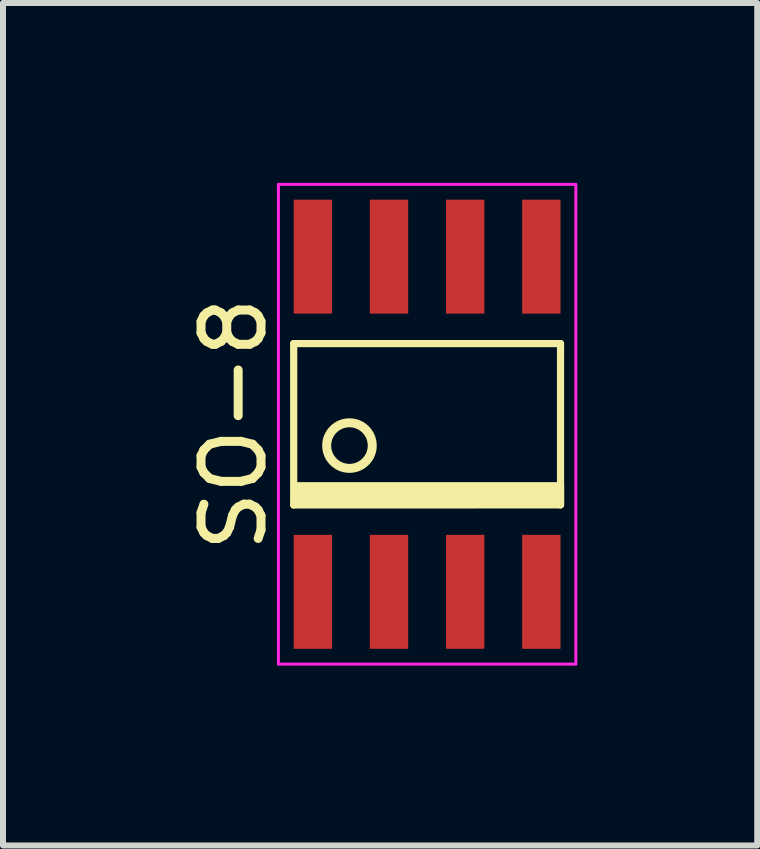
<source format=kicad_pcb>
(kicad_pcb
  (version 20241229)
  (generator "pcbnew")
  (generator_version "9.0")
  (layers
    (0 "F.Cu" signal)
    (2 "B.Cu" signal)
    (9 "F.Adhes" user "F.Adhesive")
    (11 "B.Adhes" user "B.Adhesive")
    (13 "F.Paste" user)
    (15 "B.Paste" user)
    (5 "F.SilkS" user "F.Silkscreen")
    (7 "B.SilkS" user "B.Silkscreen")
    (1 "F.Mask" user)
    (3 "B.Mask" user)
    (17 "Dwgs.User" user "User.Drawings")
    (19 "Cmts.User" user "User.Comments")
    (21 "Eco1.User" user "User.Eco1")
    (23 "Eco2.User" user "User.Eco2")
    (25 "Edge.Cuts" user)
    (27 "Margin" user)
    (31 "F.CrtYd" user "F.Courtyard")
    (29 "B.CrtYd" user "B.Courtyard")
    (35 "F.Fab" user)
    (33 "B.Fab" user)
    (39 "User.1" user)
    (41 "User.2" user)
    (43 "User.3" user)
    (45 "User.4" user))
  (footprint "SO-8"
    (layer "F.Cu")
    (at 4.073 4.025)
    (property "Reference" "SO-8" (at -3.225 0 90) (layer "F.SilkS") (effects (font (size 1 1) (thickness 0.15))))
    (attr smd)
    (fp_line (start -2.225 -1.345) (end 2.225 -1.345) (stroke (width 0.12) (type solid)) (layer "F.SilkS"))
    (fp_line (start -2.225 1.346) (end -2.225 -1.345) (stroke (width 0.12) (type solid)) (layer "F.SilkS"))
    (fp_line (start 2.225 -1.345) (end 2.225 1.345) (stroke (width 0.12) (type solid)) (layer "F.SilkS"))
    (fp_line (start 2.225 1.345) (end -2.225 1.346) (stroke (width 0.12) (type solid)) (layer "F.SilkS"))
    (fp_circle (center -1.295 0.356) (end -0.991 0.584) (stroke (width 0.15) (type solid)) (fill no) (layer "F.SilkS"))
    (fp_poly (pts (xy 2.235 1.321) (xy -2.21 1.321) (xy -2.21 1.016) (xy 2.235 1.016)) (stroke (width 0.1) (type solid)) (fill yes) (layer "F.SilkS"))
    (fp_line (start -2.48 -4) (end 2.48 -4) (stroke (width 0.05) (type solid)) (layer "F.CrtYd"))
    (fp_line (start -2.48 4) (end -2.48 -4) (stroke (width 0.05) (type solid)) (layer "F.CrtYd"))
    (fp_line (start 2.48 -4) (end 2.48 4) (stroke (width 0.05) (type solid)) (layer "F.CrtYd"))
    (fp_line (start 2.48 4) (end -2.48 4) (stroke (width 0.05) (type solid)) (layer "F.CrtYd"))
    (pad "1" smd rect (at -1.905 2.795) (size 0.64 1.9) (layers "F.Cu" "F.Mask" "F.Paste"))
    (pad "2" smd rect (at -0.635 2.795) (size 0.64 1.9) (layers "F.Cu" "F.Mask" "F.Paste"))
    (pad "3" smd rect (at 0.635 2.795) (size 0.64 1.9) (layers "F.Cu" "F.Mask" "F.Paste"))
    (pad "4" smd rect (at 1.905 2.795) (size 0.64 1.9) (layers "F.Cu" "F.Mask" "F.Paste"))
    (pad "5" smd rect (at 1.905 -2.795) (size 0.64 1.9) (layers "F.Cu" "F.Mask" "F.Paste"))
    (pad "6" smd rect (at 0.635 -2.795) (size 0.64 1.9) (layers "F.Cu" "F.Mask" "F.Paste"))
    (pad "7" smd rect (at -0.635 -2.795) (size 0.64 1.9) (layers "F.Cu" "F.Mask" "F.Paste"))
    (pad "8" smd rect (at -1.905 -2.795) (size 0.64 1.9) (layers "F.Cu" "F.Mask" "F.Paste")))
  (gr_rect
    (start -3 -3)
    (end 9.578 11.05)
    (stroke (width 0.1) (type default))
    (fill no)
    (layer "Edge.Cuts")))
</source>
